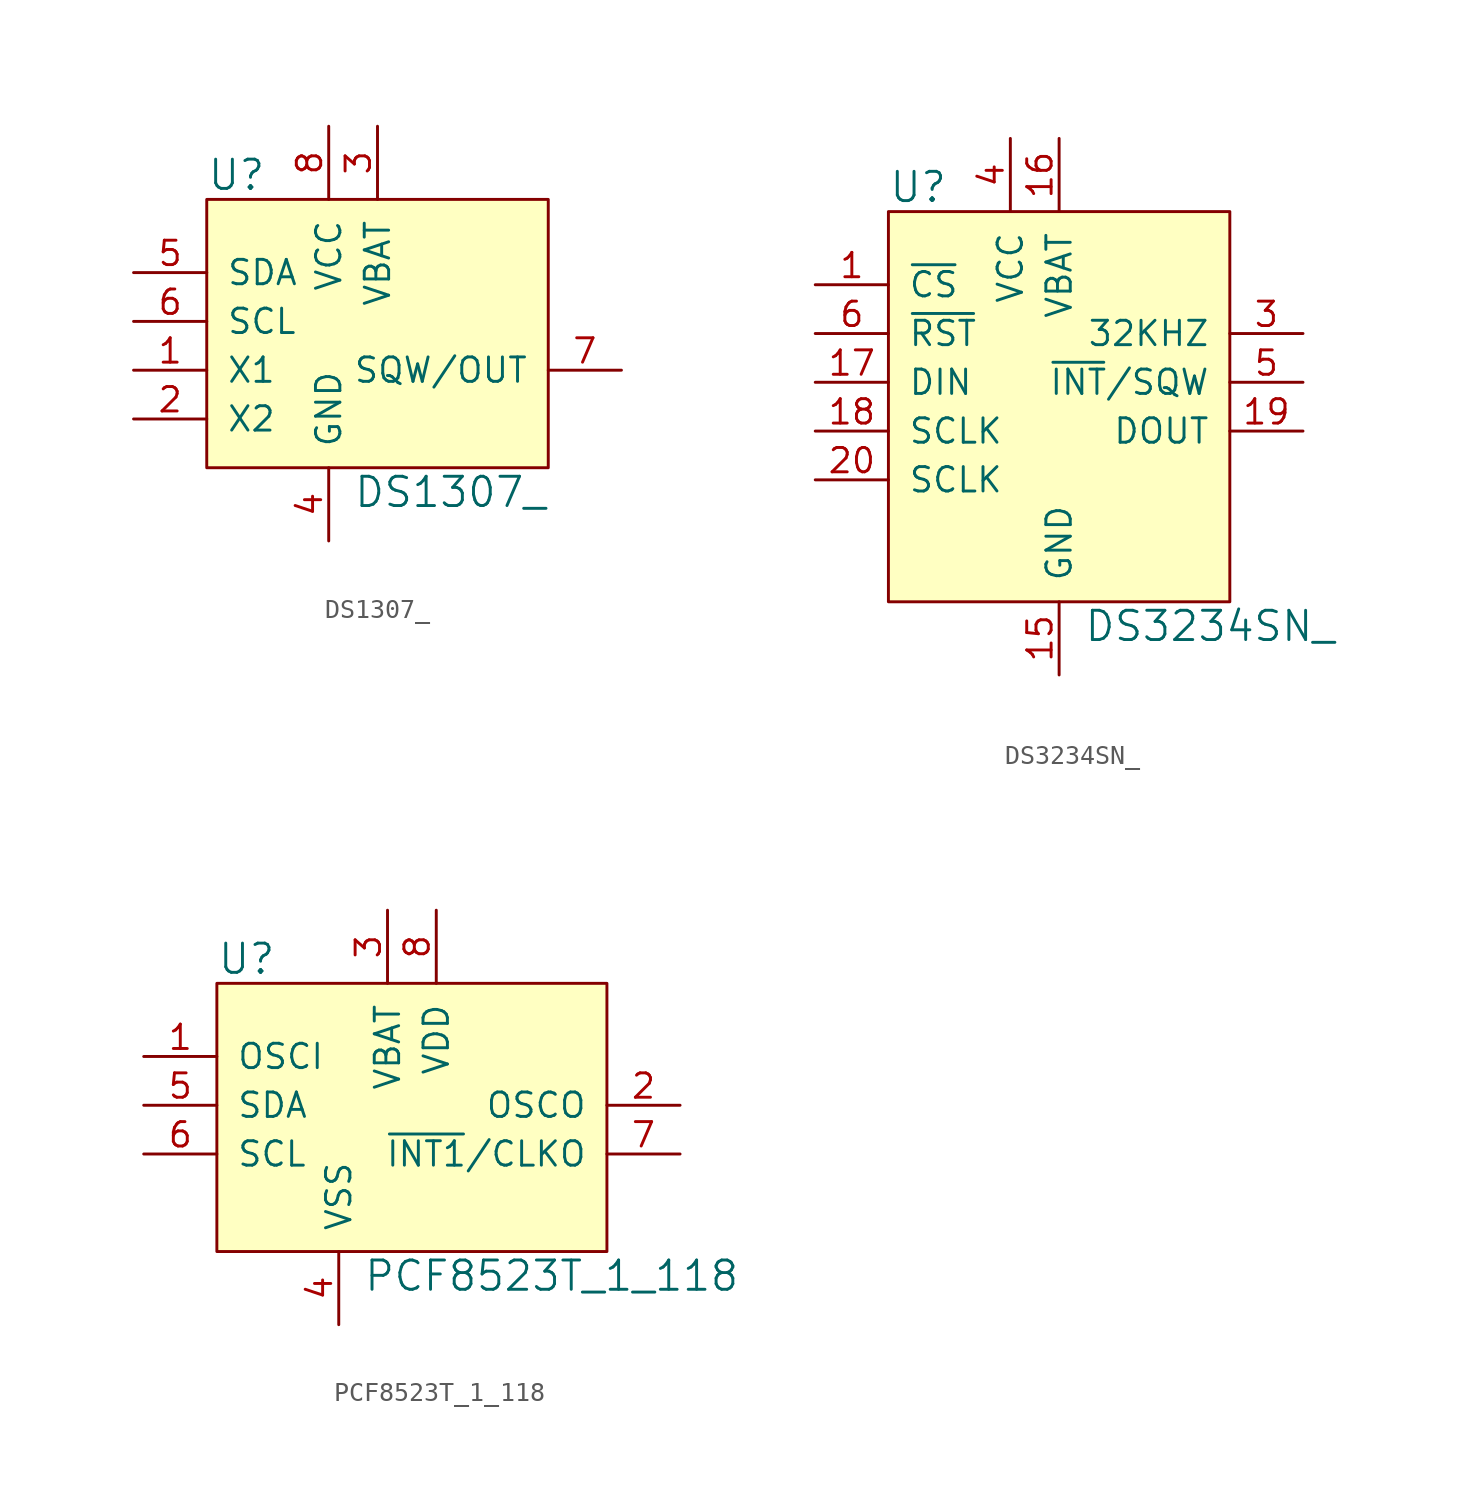
<source format=kicad_sym>
(kicad_symbol_lib
  (version 20201005)
  (generator kicad_symbol_editor)
  (symbol "DS1307_"
    (pin_names
      (offset 1.016))
    (property "Reference" "U"
      (at -8.89 7.62 0)
      (effects (font (size 1.524 1.524)) (justify left)))
    (property "Value" "DS1307_"
      (at -1.27 -8.89 0)
      (effects (font (size 1.524 1.524)) (justify left)))
    (symbol "DS1307__0_1"
      (rectangle (start -8.89 6.35) (end 8.89 -7.62) (stroke (width 0)) (fill (type background))))
    (symbol "DS1307__1_1"
      (pin passive line (at -12.7 -2.54 0) (length 3.81) (name "X1" (effects (font (size 1.27 1.27)))) (number "1" (effects (font (size 1.27 1.27)))))
      (pin passive line (at -12.7 -5.08 0) (length 3.81) (name "X2" (effects (font (size 1.27 1.27)))) (number "2" (effects (font (size 1.27 1.27)))))
      (pin power_in line (at 0 10.16 270) (length 3.81) (name "VBAT" (effects (font (size 1.27 1.27)))) (number "3" (effects (font (size 1.27 1.27)))))
      (pin power_in line (at -2.54 -11.43 90) (length 3.81) (name "GND" (effects (font (size 1.27 1.27)))) (number "4" (effects (font (size 1.27 1.27)))))
      (pin bidirectional line (at -12.7 2.54 0) (length 3.81) (name "SDA" (effects (font (size 1.27 1.27)))) (number "5" (effects (font (size 1.27 1.27)))))
      (pin input line (at -12.7 0 0) (length 3.81) (name "SCL" (effects (font (size 1.27 1.27)))) (number "6" (effects (font (size 1.27 1.27)))))
      (pin output line (at 12.7 -2.54 180) (length 3.81) (name "SQW/OUT" (effects (font (size 1.27 1.27)))) (number "7" (effects (font (size 1.27 1.27)))))
      (pin power_in line (at -2.54 10.16 270) (length 3.81) (name "VCC" (effects (font (size 1.27 1.27)))) (number "8" (effects (font (size 1.27 1.27)))))))
  (symbol "DS3234SN_"
    (pin_names
      (offset 1.016))
    (property "Reference" "U"
      (at -8.89 10.16 0)
      (effects (font (size 1.524 1.524)) (justify left)))
    (property "Value" "DS3234SN_"
      (at 1.27 -12.7 0)
      (effects (font (size 1.524 1.524)) (justify left)))
    (symbol "DS3234SN__1_1"
      (rectangle (start -8.89 8.89) (end 8.89 -11.43) (stroke (width 0)) (fill (type background)))
      (pin input line (at -12.7 5.08 0) (length 3.81) (name "~CS" (effects (font (size 1.27 1.27)))) (number "1" (effects (font (size 1.27 1.27)))))
      (pin no_connect line (at -8.89 7.62 0) (length 0) hide (name "NC" (effects (font (size 1.27 1.27)))) (number "2" (effects (font (size 1.27 1.27)))))
      (pin output line (at 12.7 2.54 180) (length 3.81) (name "32KHZ" (effects (font (size 1.27 1.27)))) (number "3" (effects (font (size 1.27 1.27)))))
      (pin power_in line (at -2.54 12.7 270) (length 3.81) (name "VCC" (effects (font (size 1.27 1.27)))) (number "4" (effects (font (size 1.27 1.27)))))
      (pin output line (at 12.7 0 180) (length 3.81) (name "~INT~/SQW" (effects (font (size 1.27 1.27)))) (number "5" (effects (font (size 1.27 1.27)))))
      (pin bidirectional line (at -12.7 2.54 0) (length 3.81) (name "~RST" (effects (font (size 1.27 1.27)))) (number "6" (effects (font (size 1.27 1.27)))))
      (pin no_connect line (at -8.89 -7.62 0) (length 0) hide (name "NC" (effects (font (size 1.27 1.27)))) (number "7" (effects (font (size 1.27 1.27)))))
      (pin no_connect line (at -8.89 -10.16 0) (length 0) hide (name "NC" (effects (font (size 1.27 1.27)))) (number "8" (effects (font (size 1.27 1.27)))))
      (pin no_connect line (at -2.54 -11.43 90) (length 0) hide (name "NC" (effects (font (size 1.27 1.27)))) (number "9" (effects (font (size 1.27 1.27)))))
      (pin no_connect line (at 2.54 -11.43 90) (length 0) hide (name "NC" (effects (font (size 1.27 1.27)))) (number "10" (effects (font (size 1.27 1.27)))))
      (pin input line (at -12.7 -5.08 0) (length 3.81) (name "SCLK" (effects (font (size 1.27 1.27)))) (number "20" (effects (font (size 1.27 1.27)))))
      (pin no_connect line (at 8.89 -10.16 180) (length 0) hide (name "NC" (effects (font (size 1.27 1.27)))) (number "11" (effects (font (size 1.27 1.27)))))
      (pin no_connect line (at 8.89 -7.62 180) (length 0) hide (name "NC" (effects (font (size 1.27 1.27)))) (number "12" (effects (font (size 1.27 1.27)))))
      (pin no_connect line (at 8.89 -5.08 180) (length 0) hide (name "NC" (effects (font (size 1.27 1.27)))) (number "13" (effects (font (size 1.27 1.27)))))
      (pin no_connect line (at 8.89 5.08 180) (length 0) hide (name "NC" (effects (font (size 1.27 1.27)))) (number "14" (effects (font (size 1.27 1.27)))))
      (pin power_in line (at 0 -15.24 90) (length 3.81) (name "GND" (effects (font (size 1.27 1.27)))) (number "15" (effects (font (size 1.27 1.27)))))
      (pin power_in line (at 0 12.7 270) (length 3.81) (name "VBAT" (effects (font (size 1.27 1.27)))) (number "16" (effects (font (size 1.27 1.27)))))
      (pin input line (at -12.7 0 0) (length 3.81) (name "DIN" (effects (font (size 1.27 1.27)))) (number "17" (effects (font (size 1.27 1.27)))))
      (pin input line (at -12.7 -2.54 0) (length 3.81) (name "SCLK" (effects (font (size 1.27 1.27)))) (number "18" (effects (font (size 1.27 1.27)))))
      (pin output line (at 12.7 -2.54 180) (length 3.81) (name "DOUT" (effects (font (size 1.27 1.27)))) (number "19" (effects (font (size 1.27 1.27)))))))
  (symbol "PCF8523T_1_118"
    (pin_names
      (offset 1.016))
    (property "Reference" "U"
      (at -8.89 7.62 0)
      (effects (font (size 1.524 1.524)) (justify left)))
    (property "Value" "PCF8523T_1_118"
      (at -1.27 -8.89 0)
      (effects (font (size 1.524 1.524)) (justify left)))
    (symbol "PCF8523T_1_118_0_1"
      (rectangle (start -8.89 6.35) (end 11.43 -7.62) (stroke (width 0)) (fill (type background))))
    (symbol "PCF8523T_1_118_1_1"
      (pin input line (at -12.7 2.54 0) (length 3.81) (name "OSCI" (effects (font (size 1.27 1.27)))) (number "1" (effects (font (size 1.27 1.27)))))
      (pin output line (at 15.24 0 180) (length 3.81) (name "OSCO" (effects (font (size 1.27 1.27)))) (number "2" (effects (font (size 1.27 1.27)))))
      (pin power_in line (at 0 10.16 270) (length 3.81) (name "VBAT" (effects (font (size 1.27 1.27)))) (number "3" (effects (font (size 1.27 1.27)))))
      (pin power_in line (at -2.54 -11.43 90) (length 3.81) (name "VSS" (effects (font (size 1.27 1.27)))) (number "4" (effects (font (size 1.27 1.27)))))
      (pin bidirectional line (at -12.7 0 0) (length 3.81) (name "SDA" (effects (font (size 1.27 1.27)))) (number "5" (effects (font (size 1.27 1.27)))))
      (pin input line (at -12.7 -2.54 0) (length 3.81) (name "SCL" (effects (font (size 1.27 1.27)))) (number "6" (effects (font (size 1.27 1.27)))))
      (pin output line (at 15.24 -2.54 180) (length 3.81) (name "~INT1~/CLKO" (effects (font (size 1.27 1.27)))) (number "7" (effects (font (size 1.27 1.27)))))
      (pin power_in line (at 2.54 10.16 270) (length 3.81) (name "VDD" (effects (font (size 1.27 1.27)))) (number "8" (effects (font (size 1.27 1.27))))))))
</source>
